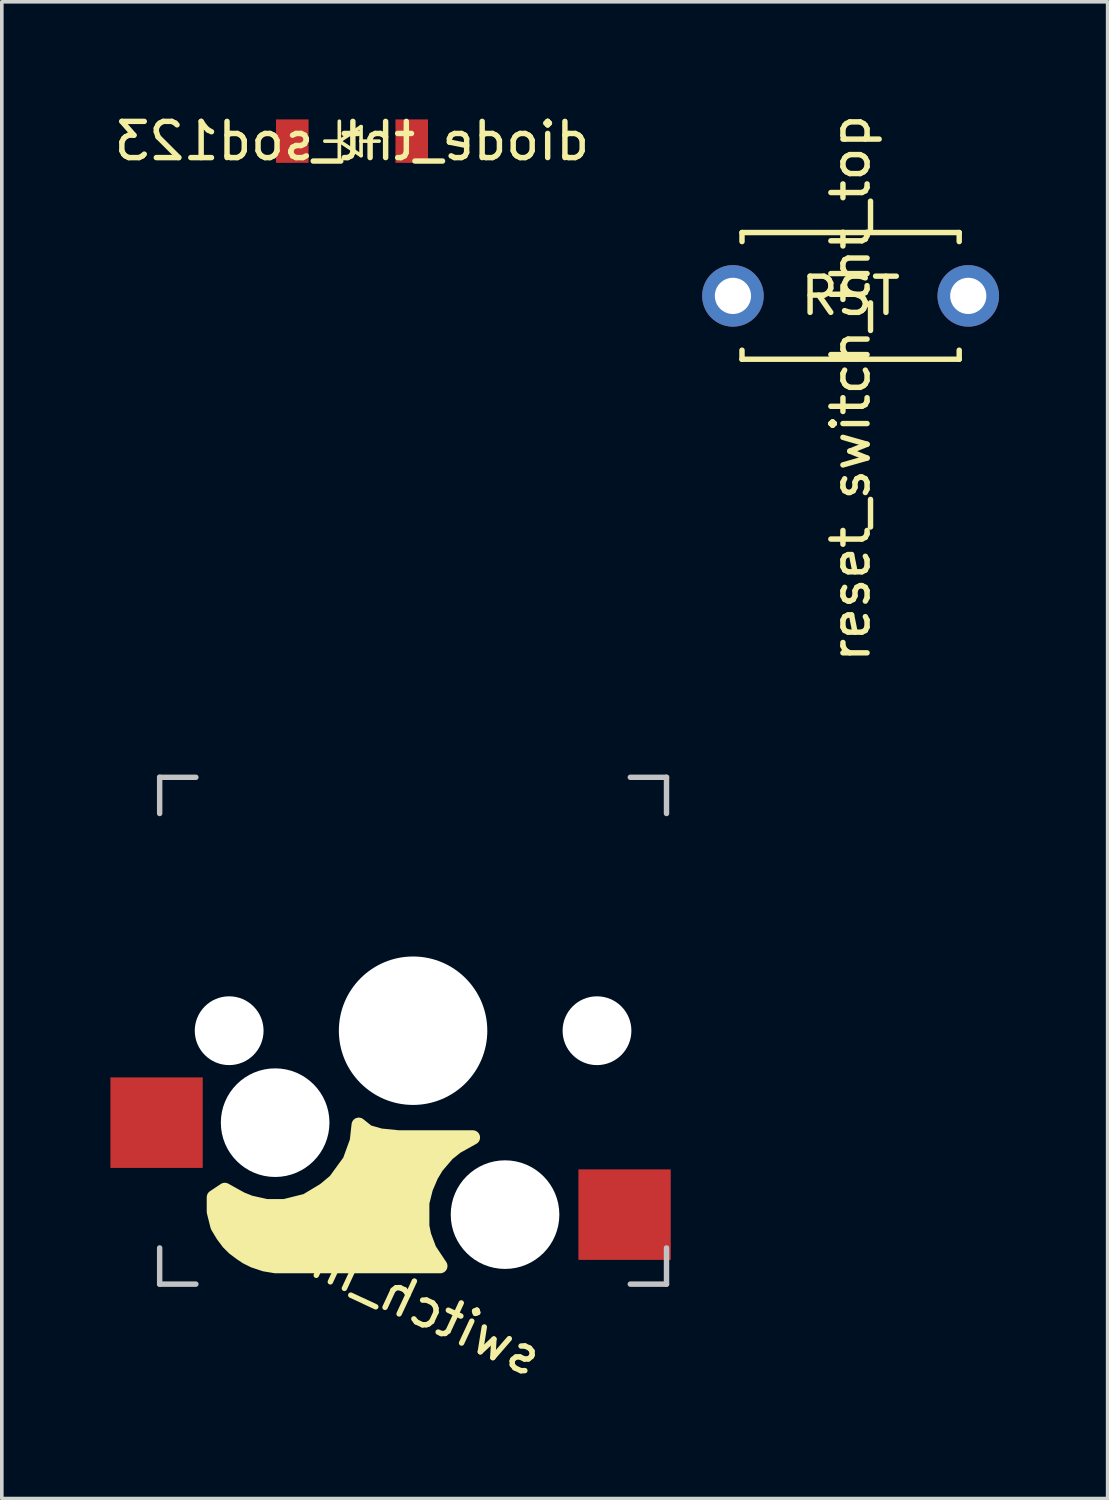
<source format=kicad_pcb>
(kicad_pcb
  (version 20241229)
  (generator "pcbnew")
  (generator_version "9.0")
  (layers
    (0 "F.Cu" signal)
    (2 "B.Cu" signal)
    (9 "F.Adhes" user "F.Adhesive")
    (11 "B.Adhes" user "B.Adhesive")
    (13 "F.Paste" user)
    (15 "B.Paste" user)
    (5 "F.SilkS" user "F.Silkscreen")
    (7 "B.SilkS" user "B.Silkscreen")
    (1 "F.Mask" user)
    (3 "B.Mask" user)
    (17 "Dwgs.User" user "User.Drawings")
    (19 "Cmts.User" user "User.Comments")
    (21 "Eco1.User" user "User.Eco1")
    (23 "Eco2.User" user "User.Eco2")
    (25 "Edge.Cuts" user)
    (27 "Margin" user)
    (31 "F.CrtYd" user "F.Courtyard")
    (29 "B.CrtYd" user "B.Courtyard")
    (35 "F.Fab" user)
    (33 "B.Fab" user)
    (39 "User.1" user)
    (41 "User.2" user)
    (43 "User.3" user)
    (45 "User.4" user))
  (footprint "reset_switch_tht_top"
    (layer "F.Cu")
    (at 20.445 5.123)
    (property "Reference" "reset_switch_tht_top" (at 0 2.55 270) (layer "F.SilkS") (effects (font (size 1 1) (thickness 0.15))))
    (fp_line (start -3 -1.75) (end -3 -1.5) (stroke (width 0.15) (type solid)) (layer "F.SilkS"))
    (fp_line (start -3 -1.75) (end 3 -1.75) (stroke (width 0.15) (type solid)) (layer "F.SilkS"))
    (fp_line (start -3 1.75) (end -3 1.5) (stroke (width 0.15) (type solid)) (layer "F.SilkS"))
    (fp_line (start -3 1.75) (end 3 1.75) (stroke (width 0.15) (type solid)) (layer "F.SilkS"))
    (fp_line (start 3 -1.75) (end 3 -1.5) (stroke (width 0.15) (type solid)) (layer "F.SilkS"))
    (fp_line (start 3 1.75) (end 3 1.5) (stroke (width 0.15) (type solid)) (layer "F.SilkS"))
    (fp_text user "RST" (at 0 0 0) (layer "F.SilkS") (effects (font (size 1 1) (thickness 0.15))))
    (pad "1" thru_hole circle (at 3.25 0) (size 1.7 1.7) (drill 1) (layers "*.Cu" "*.Mask"))
    (pad "2" thru_hole circle (at -3.25 0) (size 1.7 1.7) (drill 1) (layers "*.Cu" "*.Mask")))
  (footprint "switch_mx"
    (layer "F.Cu")
    (at 8.36 25.42)
    (property "Reference" "switch_mx" (at 0 7.5 155) (layer "F.SilkS") (effects (font (size 1 1) (thickness 0.15)) (justify mirror)))
    (fp_poly (pts (xy -3.6 6.5) (xy -3.8 6.5) (xy -4.1 6.45) (xy -4.4 6.35) (xy -4.6 6.25) (xy -4.75 6.15) (xy -4.95 6) (xy -5.1 5.85) (xy -5.25 5.65) (xy -5.4 5.4) (xy -5.5 5) (xy -5.5 4.6) (xy -5.35 4.5) (xy -5.2 4.4) (xy -4.75 4.65) (xy -4.5 4.75) (xy -4.05 4.85) (xy -3.55 4.85) (xy -2.95 4.7) (xy -2.45 4.4) (xy -2.15 4.15) (xy -1.75 3.6) (xy -1.55 3.05) (xy -1.5 2.6) (xy -1.25 2.8) (xy -0.9 2.9) (xy -0.4 2.95) (xy 1.65 2.95) (xy 1.2 3.2) (xy 0.95 3.4) (xy 0.65 3.75) (xy 0.5 4) (xy 0.35 4.35) (xy 0.25 4.75) (xy 0.25 5.05) (xy 0.25 5.4) (xy 0.3 5.65) (xy 0.45 6.05) (xy 0.75 6.5)) (stroke (width 0.4) (type solid)) (fill yes) (layer "F.SilkS"))
    (fp_line (start -7 7) (end -7 6) (stroke (width 0.15) (type solid)) (layer "Dwgs.User"))
    (fp_line (start -7 7) (end -6 7) (stroke (width 0.15) (type solid)) (layer "Dwgs.User"))
    (fp_line (start -7 -6) (end -7 -7) (stroke (width 0.15) (type solid)) (layer "Dwgs.User"))
    (fp_line (start -6 -7) (end -7 -7) (stroke (width 0.15) (type solid)) (layer "Dwgs.User"))
    (fp_line (start 6 7) (end 7 7) (stroke (width 0.15) (type solid)) (layer "Dwgs.User"))
    (fp_line (start 7 6) (end 7 7) (stroke (width 0.15) (type solid)) (layer "Dwgs.User"))
    (fp_line (start 7 -7) (end 6 -7) (stroke (width 0.15) (type solid)) (layer "Dwgs.User"))
    (fp_line (start 7 -7) (end 7 -6) (stroke (width 0.15) (type solid)) (layer "Dwgs.User"))
    (pad "" np_thru_hole circle (at -5.08 0) (size 1.9 1.9) (drill 1.9) (layers "*.Cu" "*.Mask"))
    (pad "" np_thru_hole circle (at -3.81 2.54 155) (size 3 3) (drill 3) (layers "*.Cu" "*.Mask"))
    (pad "" np_thru_hole circle (at 0 0) (size 4.1 4.1) (drill 4.1) (layers "*.Cu" "*.Mask"))
    (pad "" np_thru_hole circle (at 2.54 5.08 155) (size 3 3) (drill 3) (layers "*.Cu" "*.Mask"))
    (pad "" np_thru_hole circle (at 5.08 0) (size 1.9 1.9) (drill 1.9) (layers "*.Cu" "*.Mask"))
    (pad "1" smd rect (at -7.085 2.54) (size 2.55 2.5) (layers "F.Cu" "F.Mask" "F.Paste"))
    (pad "2" smd rect (at 5.842 5.08) (size 2.55 2.5) (layers "F.Cu" "F.Mask" "F.Paste")))
  (footprint "diode_tht_sod123"
    (layer "F.Cu")
    (at 6.673 0.848)
    (property "Reference" "diode_tht_sod123" (at 0 0 0) (layer "F.SilkS") (effects (font (size 1 1) (thickness 0.15)) (justify mirror)))
    (fp_line (start -0.35 0.55) (end -0.35 0) (stroke (width 0.1) (type solid)) (layer "F.SilkS"))
    (fp_line (start -0.35 -0.55) (end -0.35 0) (stroke (width 0.1) (type solid)) (layer "F.SilkS"))
    (fp_line (start -0.35 0) (end -0.75 0) (stroke (width 0.1) (type solid)) (layer "F.SilkS"))
    (fp_line (start -0.35 0) (end 0.25 -0.4) (stroke (width 0.1) (type solid)) (layer "F.SilkS"))
    (fp_line (start 0.25 -0.4) (end 0.25 0.4) (stroke (width 0.1) (type solid)) (layer "F.SilkS"))
    (fp_line (start 0.25 0.4) (end -0.35 0) (stroke (width 0.1) (type solid)) (layer "F.SilkS"))
    (fp_line (start 0.75 0) (end 0.25 0) (stroke (width 0.1) (type solid)) (layer "F.SilkS"))
    (pad "1" smd rect (at -1.65 0) (size 0.9 1.2) (layers "F.Cu" "F.Mask" "F.Paste"))
    (pad "2" smd rect (at 1.65 0) (size 0.9 1.2) (layers "F.Cu" "F.Mask" "F.Paste")))
  (gr_rect
    (start -3 -3)
    (end 27.545 38.342)
    (stroke (width 0.1) (type default))
    (fill no)
    (layer "Edge.Cuts")))
</source>
